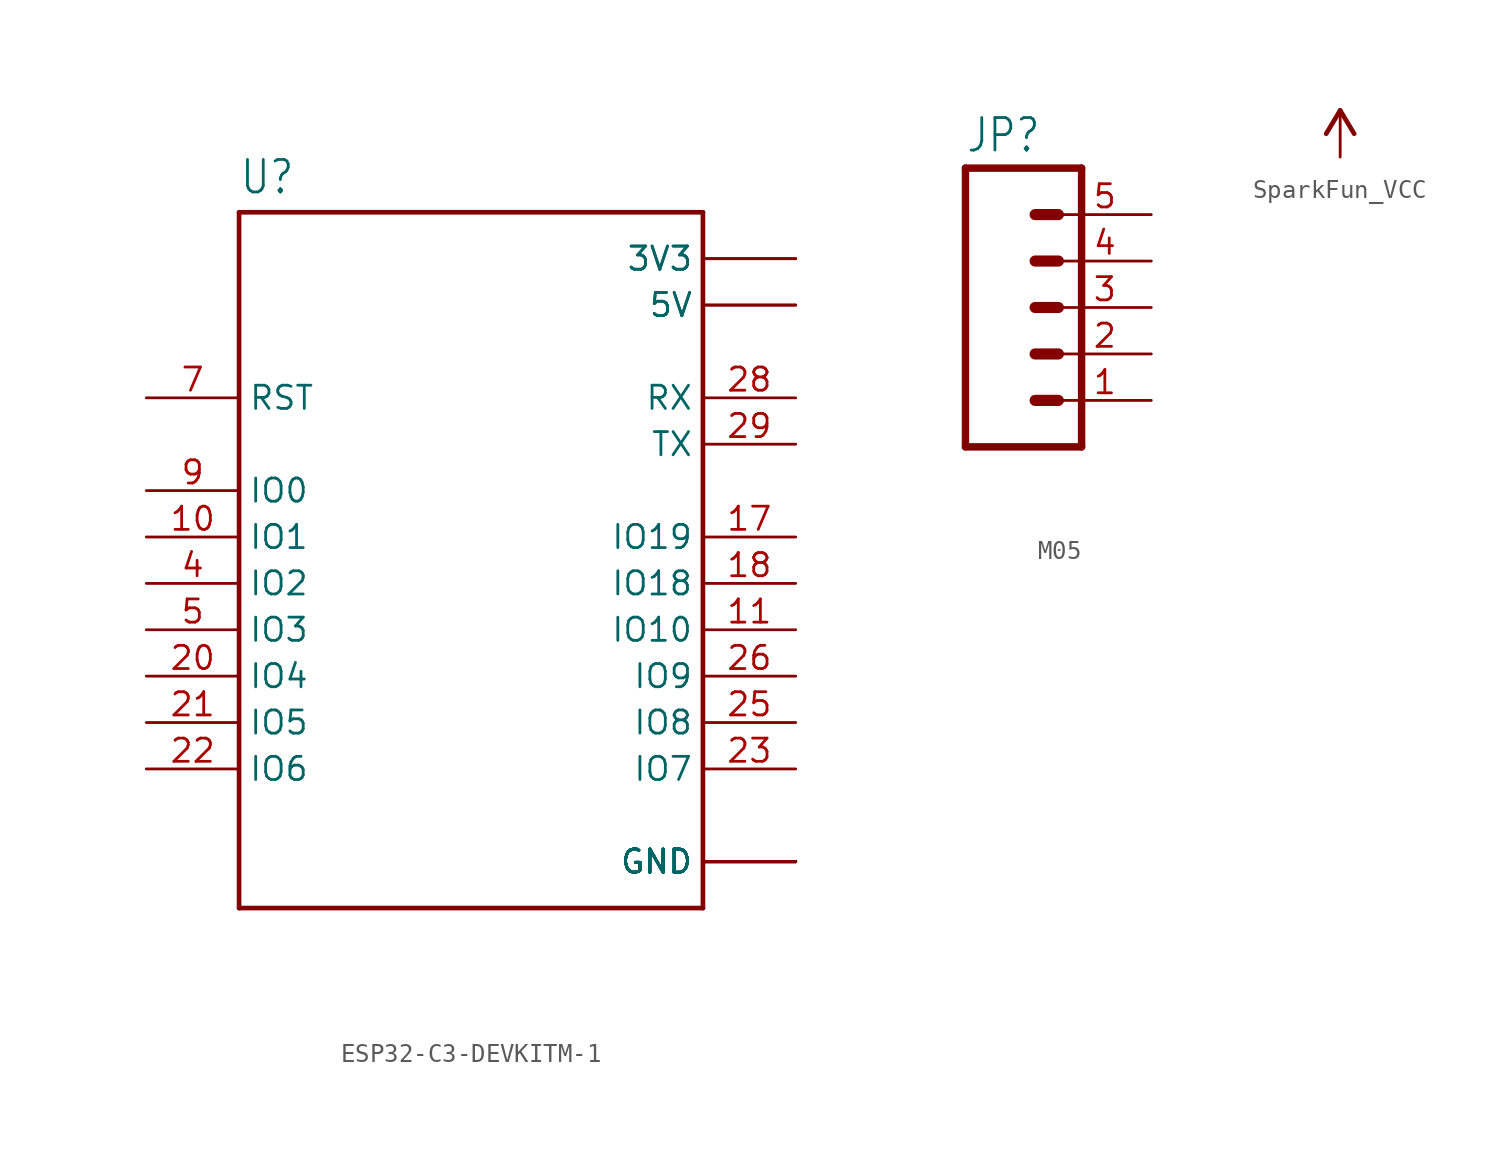
<source format=kicad_sym>
(kicad_symbol_lib
  (version 20231120)
  (generator "kicad_symbol_editor")
  (generator_version "8.0")
  (symbol "ESP32-C3-DEVKITM-1"
    (property "Reference" "U"
      (at -12.7 18.669 0)
      (effects (font (size 1.778 1.511)) (justify left bottom)))
    (property "Value" ""
      (at -12.7 -22.86 0)
      (effects (font (size 1.778 1.511)) (justify left bottom)))
    (property "ki_locked" ""
      (at 0 0 0)
      (effects (font (size 1.27 1.27))))
    (symbol "ESP32-C3-DEVKITM-1_1_0"
      (polyline (pts (xy -12.7 -20.32) (xy -12.7 17.78)) (stroke (width 0.254) (type solid)) (fill (type none)))
      (polyline (pts (xy -12.7 17.78) (xy 12.7 17.78)) (stroke (width 0.254) (type solid)) (fill (type none)))
      (polyline (pts (xy 12.7 -20.32) (xy -12.7 -20.32)) (stroke (width 0.254) (type solid)) (fill (type none)))
      (polyline (pts (xy 12.7 17.78) (xy 12.7 -20.32)) (stroke (width 0.254) (type solid)) (fill (type none)))
      (pin power_in line (at 17.78 -17.78 180) (length 5.08) (name "GND" (effects (font (size 1.27 1.27)))) (number "1" (effects (font (size 0 0)))))
      (pin bidirectional line (at -17.78 0 0) (length 5.08) (name "IO1" (effects (font (size 1.27 1.27)))) (number "10" (effects (font (size 1.27 1.27)))))
      (pin bidirectional line (at 17.78 -5.08 180) (length 5.08) (name "IO10" (effects (font (size 1.27 1.27)))) (number "11" (effects (font (size 1.27 1.27)))))
      (pin power_in line (at 17.78 -17.78 180) (length 5.08) (name "GND" (effects (font (size 1.27 1.27)))) (number "12" (effects (font (size 0 0)))))
      (pin power_in line (at 17.78 12.7 180) (length 5.08) (name "5V" (effects (font (size 1.27 1.27)))) (number "13" (effects (font (size 0 0)))))
      (pin power_in line (at 17.78 12.7 180) (length 5.08) (name "5V" (effects (font (size 1.27 1.27)))) (number "14" (effects (font (size 0 0)))))
      (pin power_in line (at 17.78 -17.78 180) (length 5.08) (name "GND" (effects (font (size 1.27 1.27)))) (number "15" (effects (font (size 0 0)))))
      (pin power_in line (at 17.78 -17.78 180) (length 5.08) (name "GND" (effects (font (size 1.27 1.27)))) (number "16" (effects (font (size 0 0)))))
      (pin bidirectional line (at 17.78 0 180) (length 5.08) (name "IO19" (effects (font (size 1.27 1.27)))) (number "17" (effects (font (size 1.27 1.27)))))
      (pin bidirectional line (at 17.78 -2.54 180) (length 5.08) (name "IO18" (effects (font (size 1.27 1.27)))) (number "18" (effects (font (size 1.27 1.27)))))
      (pin power_in line (at 17.78 -17.78 180) (length 5.08) (name "GND" (effects (font (size 1.27 1.27)))) (number "19" (effects (font (size 0 0)))))
      (pin power_in line (at 17.78 15.24 180) (length 5.08) (name "3V3" (effects (font (size 1.27 1.27)))) (number "2" (effects (font (size 0 0)))))
      (pin bidirectional line (at -17.78 -7.62 0) (length 5.08) (name "IO4" (effects (font (size 1.27 1.27)))) (number "20" (effects (font (size 1.27 1.27)))))
      (pin bidirectional line (at -17.78 -10.16 0) (length 5.08) (name "IO5" (effects (font (size 1.27 1.27)))) (number "21" (effects (font (size 1.27 1.27)))))
      (pin bidirectional line (at -17.78 -12.7 0) (length 5.08) (name "IO6" (effects (font (size 1.27 1.27)))) (number "22" (effects (font (size 1.27 1.27)))))
      (pin bidirectional line (at 17.78 -12.7 180) (length 5.08) (name "IO7" (effects (font (size 1.27 1.27)))) (number "23" (effects (font (size 1.27 1.27)))))
      (pin power_in line (at 17.78 -17.78 180) (length 5.08) (name "GND" (effects (font (size 1.27 1.27)))) (number "24" (effects (font (size 0 0)))))
      (pin bidirectional line (at 17.78 -10.16 180) (length 5.08) (name "IO8" (effects (font (size 1.27 1.27)))) (number "25" (effects (font (size 1.27 1.27)))))
      (pin bidirectional line (at 17.78 -7.62 180) (length 5.08) (name "IO9" (effects (font (size 1.27 1.27)))) (number "26" (effects (font (size 1.27 1.27)))))
      (pin power_in line (at 17.78 -17.78 180) (length 5.08) (name "GND" (effects (font (size 1.27 1.27)))) (number "27" (effects (font (size 0 0)))))
      (pin bidirectional line (at 17.78 7.62 180) (length 5.08) (name "RX" (effects (font (size 1.27 1.27)))) (number "28" (effects (font (size 1.27 1.27)))))
      (pin bidirectional line (at 17.78 5.08 180) (length 5.08) (name "TX" (effects (font (size 1.27 1.27)))) (number "29" (effects (font (size 1.27 1.27)))))
      (pin power_in line (at 17.78 15.24 180) (length 5.08) (name "3V3" (effects (font (size 1.27 1.27)))) (number "3" (effects (font (size 0 0)))))
      (pin power_in line (at 17.78 -17.78 180) (length 5.08) (name "GND" (effects (font (size 1.27 1.27)))) (number "30" (effects (font (size 0 0)))))
      (pin bidirectional line (at -17.78 -2.54 0) (length 5.08) (name "IO2" (effects (font (size 1.27 1.27)))) (number "4" (effects (font (size 1.27 1.27)))))
      (pin bidirectional line (at -17.78 -5.08 0) (length 5.08) (name "IO3" (effects (font (size 1.27 1.27)))) (number "5" (effects (font (size 1.27 1.27)))))
      (pin power_in line (at 17.78 -17.78 180) (length 5.08) (name "GND" (effects (font (size 1.27 1.27)))) (number "6" (effects (font (size 0 0)))))
      (pin input line (at -17.78 7.62 0) (length 5.08) (name "RST" (effects (font (size 1.27 1.27)))) (number "7" (effects (font (size 1.27 1.27)))))
      (pin power_in line (at 17.78 -17.78 180) (length 5.08) (name "GND" (effects (font (size 1.27 1.27)))) (number "8" (effects (font (size 0 0)))))
      (pin bidirectional line (at -17.78 2.54 0) (length 5.08) (name "IO0" (effects (font (size 1.27 1.27)))) (number "9" (effects (font (size 1.27 1.27)))))))
  (symbol "M05"
    (property "Reference" "JP"
      (at -2.54 8.382 0)
      (effects (font (size 1.778 1.511)) (justify left bottom)))
    (property "Value" ""
      (at -2.54 -10.16 0)
      (effects (font (size 1.778 1.511)) (justify left bottom)))
    (property "ki_locked" ""
      (at 0 0 0)
      (effects (font (size 1.27 1.27))))
    (symbol "M05_1_0"
      (polyline (pts (xy -2.54 7.62) (xy -2.54 -7.62)) (stroke (width 0.406) (type solid)) (fill (type none)))
      (polyline (pts (xy -2.54 7.62) (xy 3.81 7.62)) (stroke (width 0.406) (type solid)) (fill (type none)))
      (polyline (pts (xy 1.27 -5.08) (xy 2.54 -5.08)) (stroke (width 0.61) (type solid)) (fill (type none)))
      (polyline (pts (xy 1.27 -2.54) (xy 2.54 -2.54)) (stroke (width 0.61) (type solid)) (fill (type none)))
      (polyline (pts (xy 1.27 0) (xy 2.54 0)) (stroke (width 0.61) (type solid)) (fill (type none)))
      (polyline (pts (xy 1.27 2.54) (xy 2.54 2.54)) (stroke (width 0.61) (type solid)) (fill (type none)))
      (polyline (pts (xy 1.27 5.08) (xy 2.54 5.08)) (stroke (width 0.61) (type solid)) (fill (type none)))
      (polyline (pts (xy 3.81 -7.62) (xy -2.54 -7.62)) (stroke (width 0.406) (type solid)) (fill (type none)))
      (polyline (pts (xy 3.81 -7.62) (xy 3.81 7.62)) (stroke (width 0.406) (type solid)) (fill (type none)))
      (pin passive line (at 7.62 -5.08 180) (length 5.08) (name "1" (effects (font (size 0 0)))) (number "1" (effects (font (size 1.27 1.27)))))
      (pin passive line (at 7.62 -2.54 180) (length 5.08) (name "2" (effects (font (size 0 0)))) (number "2" (effects (font (size 1.27 1.27)))))
      (pin passive line (at 7.62 0 180) (length 5.08) (name "3" (effects (font (size 0 0)))) (number "3" (effects (font (size 1.27 1.27)))))
      (pin passive line (at 7.62 2.54 180) (length 5.08) (name "4" (effects (font (size 0 0)))) (number "4" (effects (font (size 1.27 1.27)))))
      (pin passive line (at 7.62 5.08 180) (length 5.08) (name "5" (effects (font (size 0 0)))) (number "5" (effects (font (size 1.27 1.27)))))))
  (symbol "SparkFun_VCC"
    (power)
    (property "Reference" "#P+"
      (at 0 0 0)
      (effects (font (size 1.27 1.27)) (hide yes)))
    (property "Value" ""
      (at -1.016 3.556 0)
      (effects (font (size 1.778 1.511)) (justify left bottom)))
    (property "ki_locked" ""
      (at 0 0 0)
      (effects (font (size 1.27 1.27))))
    (symbol "SparkFun_VCC_1_0"
      (polyline (pts (xy 0 2.54) (xy -0.762 1.27)) (stroke (width 0.254) (type solid)) (fill (type none)))
      (polyline (pts (xy 0.762 1.27) (xy 0 2.54)) (stroke (width 0.254) (type solid)) (fill (type none)))
      (pin power_in line (at 0 0 90) (length 2.54) (name "VCC" (effects (font (size 0 0)))) (number "1" (effects (font (size 0 0))))))))
</source>
